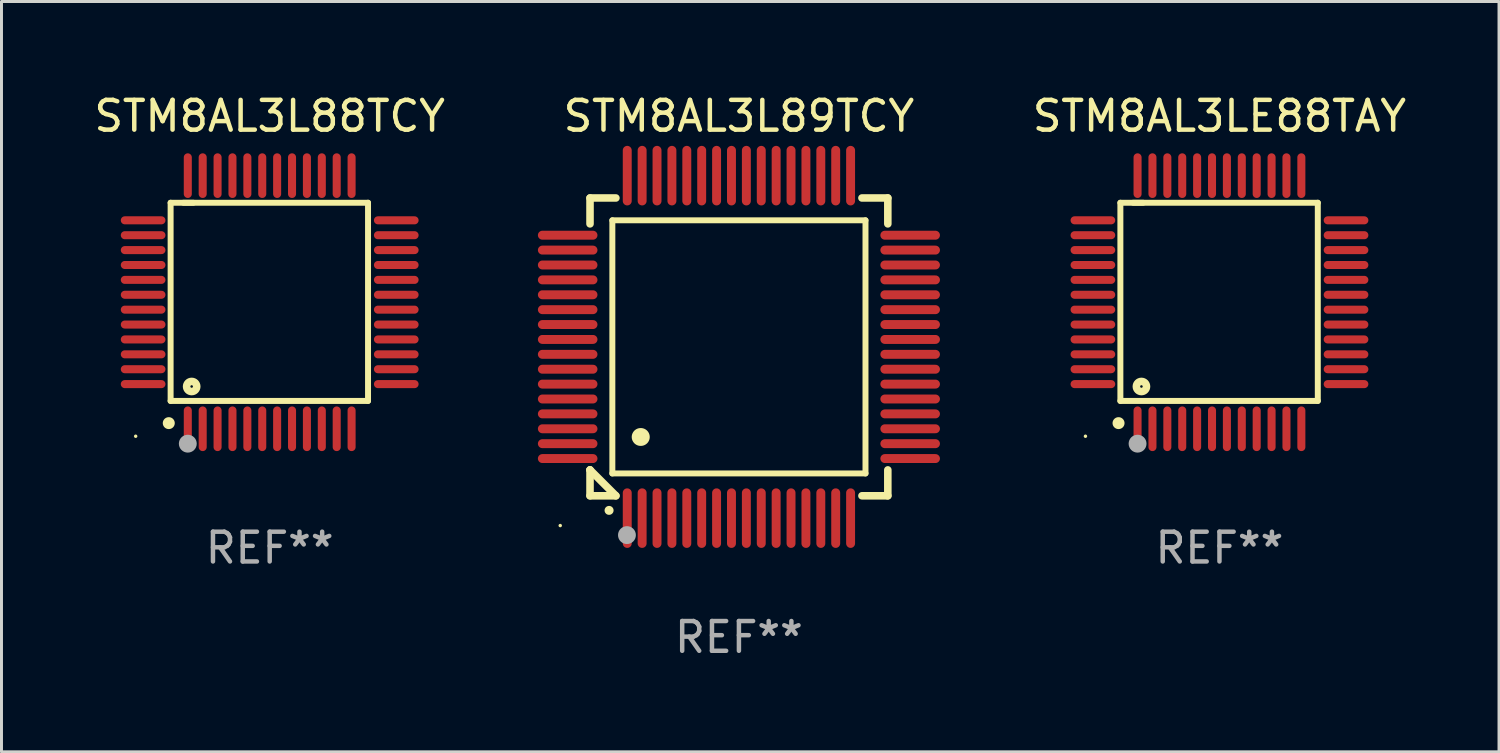
<source format=kicad_pcb>
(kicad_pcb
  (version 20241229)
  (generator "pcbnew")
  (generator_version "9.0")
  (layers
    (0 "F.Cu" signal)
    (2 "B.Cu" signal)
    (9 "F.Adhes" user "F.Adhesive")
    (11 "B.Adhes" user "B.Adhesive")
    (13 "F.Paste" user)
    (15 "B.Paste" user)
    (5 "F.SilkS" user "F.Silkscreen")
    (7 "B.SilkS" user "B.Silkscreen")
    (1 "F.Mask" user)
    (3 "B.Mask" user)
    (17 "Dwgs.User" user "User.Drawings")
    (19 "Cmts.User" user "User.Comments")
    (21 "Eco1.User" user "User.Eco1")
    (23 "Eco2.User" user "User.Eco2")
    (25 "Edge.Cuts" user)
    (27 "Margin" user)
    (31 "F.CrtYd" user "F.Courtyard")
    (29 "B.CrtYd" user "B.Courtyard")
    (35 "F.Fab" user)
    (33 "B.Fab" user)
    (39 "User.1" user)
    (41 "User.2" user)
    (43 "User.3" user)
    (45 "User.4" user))
  (footprint "STM8AL3L88TCY"
    (layer "F.Cu")
    (at 6.006 7.098)
    (property "Reference" "STM8AL3L88TCY" (at 0 -6.25 0) (layer "F.SilkS") (effects (font (size 1 1) (thickness 0.15))))
    (attr through_hole)
    (fp_line (start -3.327 -3.34) (end -2.565 -3.34) (stroke (width 0.2) (type solid)) (layer "F.SilkS"))
    (fp_line (start -3.327 3.315) (end -3.327 -3.34) (stroke (width 0.2) (type solid)) (layer "F.SilkS"))
    (fp_line (start -2.896 -3.34) (end 3.302 -3.34) (stroke (width 0.2) (type solid)) (layer "F.SilkS"))
    (fp_line (start 3.302 -3.34) (end 3.302 3.315) (stroke (width 0.2) (type solid)) (layer "F.SilkS"))
    (fp_line (start 3.302 3.315) (end -3.327 3.315) (stroke (width 0.2) (type solid)) (layer "F.SilkS"))
    (fp_arc (start -3.389992 4.059995) (mid -3.388722 4.059991) (end -3.387452 4.059995) (stroke (width 0.4) (type solid)) (layer "F.SilkS"))
    (fp_circle (center -4.5 4.5) (end -4.47 4.5) (stroke (width 0.06) (type solid)) (fill no) (layer "F.SilkS"))
    (fp_circle (center -2.62 2.83) (end -2.45 2.83) (stroke (width 0.254) (type solid)) (fill no) (layer "F.SilkS"))
    (fp_circle (center -2.75 4.75) (end -2.6 4.75) (stroke (width 0.3) (type solid)) (fill no) (layer "F.Fab"))
    (fp_text user "REF**" (at 0 8.25 0) (layer "F.Fab") (effects (font (size 1 1) (thickness 0.15))))
    (pad "1" smd oval (at -2.75 4.25) (size 0.27 1.5) (layers "F.Cu" "F.Mask" "F.Paste"))
    (pad "2" smd oval (at -2.25 4.25) (size 0.27 1.5) (layers "F.Cu" "F.Mask" "F.Paste"))
    (pad "3" smd oval (at -1.75 4.25) (size 0.27 1.5) (layers "F.Cu" "F.Mask" "F.Paste"))
    (pad "4" smd oval (at -1.25 4.25) (size 0.27 1.5) (layers "F.Cu" "F.Mask" "F.Paste"))
    (pad "5" smd oval (at -0.75 4.25) (size 0.27 1.5) (layers "F.Cu" "F.Mask" "F.Paste"))
    (pad "6" smd oval (at -0.25 4.25) (size 0.27 1.5) (layers "F.Cu" "F.Mask" "F.Paste"))
    (pad "7" smd oval (at 0.25 4.25) (size 0.27 1.5) (layers "F.Cu" "F.Mask" "F.Paste"))
    (pad "8" smd oval (at 0.75 4.25) (size 0.27 1.5) (layers "F.Cu" "F.Mask" "F.Paste"))
    (pad "9" smd oval (at 1.25 4.25) (size 0.27 1.5) (layers "F.Cu" "F.Mask" "F.Paste"))
    (pad "10" smd oval (at 1.75 4.25) (size 0.27 1.5) (layers "F.Cu" "F.Mask" "F.Paste"))
    (pad "11" smd oval (at 2.25 4.25) (size 0.27 1.5) (layers "F.Cu" "F.Mask" "F.Paste"))
    (pad "12" smd oval (at 2.75 4.25) (size 0.27 1.5) (layers "F.Cu" "F.Mask" "F.Paste"))
    (pad "13" smd oval (at 4.25 2.75) (size 1.5 0.27) (layers "F.Cu" "F.Mask" "F.Paste"))
    (pad "14" smd oval (at 4.25 2.25) (size 1.5 0.27) (layers "F.Cu" "F.Mask" "F.Paste"))
    (pad "15" smd oval (at 4.25 1.75) (size 1.5 0.27) (layers "F.Cu" "F.Mask" "F.Paste"))
    (pad "16" smd oval (at 4.25 1.25) (size 1.5 0.27) (layers "F.Cu" "F.Mask" "F.Paste"))
    (pad "17" smd oval (at 4.25 0.75) (size 1.5 0.27) (layers "F.Cu" "F.Mask" "F.Paste"))
    (pad "18" smd oval (at 4.25 0.25) (size 1.5 0.27) (layers "F.Cu" "F.Mask" "F.Paste"))
    (pad "19" smd oval (at 4.25 -0.25) (size 1.5 0.27) (layers "F.Cu" "F.Mask" "F.Paste"))
    (pad "20" smd oval (at 4.25 -0.75) (size 1.5 0.27) (layers "F.Cu" "F.Mask" "F.Paste"))
    (pad "21" smd oval (at 4.25 -1.25) (size 1.5 0.27) (layers "F.Cu" "F.Mask" "F.Paste"))
    (pad "22" smd oval (at 4.25 -1.75) (size 1.5 0.27) (layers "F.Cu" "F.Mask" "F.Paste"))
    (pad "23" smd oval (at 4.25 -2.25) (size 1.5 0.27) (layers "F.Cu" "F.Mask" "F.Paste"))
    (pad "24" smd oval (at 4.25 -2.75) (size 1.5 0.27) (layers "F.Cu" "F.Mask" "F.Paste"))
    (pad "25" smd oval (at 2.75 -4.25) (size 0.27 1.5) (layers "F.Cu" "F.Mask" "F.Paste"))
    (pad "26" smd oval (at 2.25 -4.25) (size 0.27 1.5) (layers "F.Cu" "F.Mask" "F.Paste"))
    (pad "27" smd oval (at 1.75 -4.25) (size 0.27 1.5) (layers "F.Cu" "F.Mask" "F.Paste"))
    (pad "28" smd oval (at 1.25 -4.25) (size 0.27 1.5) (layers "F.Cu" "F.Mask" "F.Paste"))
    (pad "29" smd oval (at 0.75 -4.25) (size 0.27 1.5) (layers "F.Cu" "F.Mask" "F.Paste"))
    (pad "30" smd oval (at 0.25 -4.25) (size 0.27 1.5) (layers "F.Cu" "F.Mask" "F.Paste"))
    (pad "31" smd oval (at -0.25 -4.25) (size 0.27 1.5) (layers "F.Cu" "F.Mask" "F.Paste"))
    (pad "32" smd oval (at -0.75 -4.25) (size 0.27 1.5) (layers "F.Cu" "F.Mask" "F.Paste"))
    (pad "33" smd oval (at -1.25 -4.25) (size 0.27 1.5) (layers "F.Cu" "F.Mask" "F.Paste"))
    (pad "34" smd oval (at -1.75 -4.25) (size 0.27 1.5) (layers "F.Cu" "F.Mask" "F.Paste"))
    (pad "35" smd oval (at -2.25 -4.25) (size 0.27 1.5) (layers "F.Cu" "F.Mask" "F.Paste"))
    (pad "36" smd oval (at -2.75 -4.25) (size 0.27 1.5) (layers "F.Cu" "F.Mask" "F.Paste"))
    (pad "37" smd oval (at -4.25 -2.75) (size 1.5 0.27) (layers "F.Cu" "F.Mask" "F.Paste"))
    (pad "38" smd oval (at -4.25 -2.25) (size 1.5 0.27) (layers "F.Cu" "F.Mask" "F.Paste"))
    (pad "39" smd oval (at -4.25 -1.75) (size 1.5 0.27) (layers "F.Cu" "F.Mask" "F.Paste"))
    (pad "40" smd oval (at -4.25 -1.25) (size 1.5 0.27) (layers "F.Cu" "F.Mask" "F.Paste"))
    (pad "41" smd oval (at -4.25 -0.75) (size 1.5 0.27) (layers "F.Cu" "F.Mask" "F.Paste"))
    (pad "42" smd oval (at -4.25 -0.25) (size 1.5 0.27) (layers "F.Cu" "F.Mask" "F.Paste"))
    (pad "43" smd oval (at -4.25 0.25) (size 1.5 0.27) (layers "F.Cu" "F.Mask" "F.Paste"))
    (pad "44" smd oval (at -4.25 0.75) (size 1.5 0.27) (layers "F.Cu" "F.Mask" "F.Paste"))
    (pad "45" smd oval (at -4.25 1.25) (size 1.5 0.27) (layers "F.Cu" "F.Mask" "F.Paste"))
    (pad "46" smd oval (at -4.25 1.75) (size 1.5 0.27) (layers "F.Cu" "F.Mask" "F.Paste"))
    (pad "47" smd oval (at -4.25 2.25) (size 1.5 0.27) (layers "F.Cu" "F.Mask" "F.Paste"))
    (pad "48" smd oval (at -4.25 2.75) (size 1.5 0.27) (layers "F.Cu" "F.Mask" "F.Paste")))
  (footprint "STM8AL3L89TCY"
    (layer "F.Cu")
    (at 21.762 8.598)
    (property "Reference" "STM8AL3L89TCY" (at 0 -7.75 0) (layer "F.SilkS") (effects (font (size 1 1) (thickness 0.15))))
    (attr through_hole)
    (fp_line (start -5 -5) (end -4.131 -5) (stroke (width 0.254) (type solid)) (layer "F.SilkS"))
    (fp_line (start -5 -4.131) (end -5 -5) (stroke (width 0.254) (type solid)) (layer "F.SilkS"))
    (fp_line (start -5 4.131) (end -5 4.131) (stroke (width 0.254) (type solid)) (layer "F.SilkS"))
    (fp_line (start -5 5) (end -5 4.131) (stroke (width 0.254) (type solid)) (layer "F.SilkS"))
    (fp_line (start -5 4.131) (end -4.131 5) (stroke (width 0.254) (type solid)) (layer "F.SilkS"))
    (fp_line (start -4.25 -4.25) (end -4.25 4.25) (stroke (width 0.2) (type solid)) (layer "F.SilkS"))
    (fp_line (start -4.25 4.25) (end 4.25 4.25) (stroke (width 0.2) (type solid)) (layer "F.SilkS"))
    (fp_line (start -4.131 5) (end -5 5) (stroke (width 0.254) (type solid)) (layer "F.SilkS"))
    (fp_line (start 4.25 -4.25) (end -4.25 -4.25) (stroke (width 0.2) (type solid)) (layer "F.SilkS"))
    (fp_line (start 4.25 4.25) (end 4.25 -4.25) (stroke (width 0.2) (type solid)) (layer "F.SilkS"))
    (fp_line (start 5 -5) (end 4.131 -5) (stroke (width 0.254) (type solid)) (layer "F.SilkS"))
    (fp_line (start 5 -5) (end 5 -4.131) (stroke (width 0.254) (type solid)) (layer "F.SilkS"))
    (fp_line (start 5 4.131) (end 5 5) (stroke (width 0.254) (type solid)) (layer "F.SilkS"))
    (fp_line (start 5 5) (end 4.131 5) (stroke (width 0.254) (type solid)) (layer "F.SilkS"))
    (fp_arc (start -4.361265 5.489992) (mid -4.359995 5.489987) (end -4.358725 5.489992) (stroke (width 0.3) (type solid)) (layer "F.SilkS"))
    (fp_arc (start -3.299467 3.025146) (mid -3.296927 3.025135) (end -3.294387 3.025146) (stroke (width 0.6) (type solid)) (layer "F.SilkS"))
    (fp_circle (center -6 6) (end -5.97 6) (stroke (width 0.06) (type solid)) (fill no) (layer "F.SilkS"))
    (fp_circle (center -3.76 6.32) (end -3.61 6.32) (stroke (width 0.3) (type solid)) (fill no) (layer "F.Fab"))
    (fp_text user "REF**" (at 0 9.75 0) (layer "F.Fab") (effects (font (size 1 1) (thickness 0.15))))
    (pad "1" smd oval (at -3.75 5.75) (size 0.3 2) (layers "F.Cu" "F.Mask" "F.Paste"))
    (pad "2" smd oval (at -3.25 5.75) (size 0.3 2) (layers "F.Cu" "F.Mask" "F.Paste"))
    (pad "3" smd oval (at -2.75 5.75) (size 0.3 2) (layers "F.Cu" "F.Mask" "F.Paste"))
    (pad "4" smd oval (at -2.25 5.75) (size 0.3 2) (layers "F.Cu" "F.Mask" "F.Paste"))
    (pad "5" smd oval (at -1.75 5.75) (size 0.3 2) (layers "F.Cu" "F.Mask" "F.Paste"))
    (pad "6" smd oval (at -1.25 5.75) (size 0.3 2) (layers "F.Cu" "F.Mask" "F.Paste"))
    (pad "7" smd oval (at -0.75 5.75) (size 0.3 2) (layers "F.Cu" "F.Mask" "F.Paste"))
    (pad "8" smd oval (at -0.25 5.75) (size 0.3 2) (layers "F.Cu" "F.Mask" "F.Paste"))
    (pad "9" smd oval (at 0.25 5.75) (size 0.3 2) (layers "F.Cu" "F.Mask" "F.Paste"))
    (pad "10" smd oval (at 0.75 5.75) (size 0.3 2) (layers "F.Cu" "F.Mask" "F.Paste"))
    (pad "11" smd oval (at 1.25 5.75) (size 0.3 2) (layers "F.Cu" "F.Mask" "F.Paste"))
    (pad "12" smd oval (at 1.75 5.75) (size 0.3 2) (layers "F.Cu" "F.Mask" "F.Paste"))
    (pad "13" smd oval (at 2.25 5.75) (size 0.3 2) (layers "F.Cu" "F.Mask" "F.Paste"))
    (pad "14" smd oval (at 2.75 5.75) (size 0.3 2) (layers "F.Cu" "F.Mask" "F.Paste"))
    (pad "15" smd oval (at 3.25 5.75) (size 0.3 2) (layers "F.Cu" "F.Mask" "F.Paste"))
    (pad "16" smd oval (at 3.75 5.75) (size 0.3 2) (layers "F.Cu" "F.Mask" "F.Paste"))
    (pad "17" smd oval (at 5.75 3.75) (size 2 0.3) (layers "F.Cu" "F.Mask" "F.Paste"))
    (pad "18" smd oval (at 5.75 3.25) (size 2 0.3) (layers "F.Cu" "F.Mask" "F.Paste"))
    (pad "19" smd oval (at 5.75 2.75) (size 2 0.3) (layers "F.Cu" "F.Mask" "F.Paste"))
    (pad "20" smd oval (at 5.75 2.25) (size 2 0.3) (layers "F.Cu" "F.Mask" "F.Paste"))
    (pad "21" smd oval (at 5.75 1.75) (size 2 0.3) (layers "F.Cu" "F.Mask" "F.Paste"))
    (pad "22" smd oval (at 5.75 1.25) (size 2 0.3) (layers "F.Cu" "F.Mask" "F.Paste"))
    (pad "23" smd oval (at 5.75 0.75) (size 2 0.3) (layers "F.Cu" "F.Mask" "F.Paste"))
    (pad "24" smd oval (at 5.75 0.25) (size 2 0.3) (layers "F.Cu" "F.Mask" "F.Paste"))
    (pad "25" smd oval (at 5.75 -0.25) (size 2 0.3) (layers "F.Cu" "F.Mask" "F.Paste"))
    (pad "26" smd oval (at 5.75 -0.75) (size 2 0.3) (layers "F.Cu" "F.Mask" "F.Paste"))
    (pad "27" smd oval (at 5.75 -1.25) (size 2 0.3) (layers "F.Cu" "F.Mask" "F.Paste"))
    (pad "28" smd oval (at 5.75 -1.75) (size 2 0.3) (layers "F.Cu" "F.Mask" "F.Paste"))
    (pad "29" smd oval (at 5.75 -2.25) (size 2 0.3) (layers "F.Cu" "F.Mask" "F.Paste"))
    (pad "30" smd oval (at 5.75 -2.75) (size 2 0.3) (layers "F.Cu" "F.Mask" "F.Paste"))
    (pad "31" smd oval (at 5.75 -3.25) (size 2 0.3) (layers "F.Cu" "F.Mask" "F.Paste"))
    (pad "32" smd oval (at 5.75 -3.75) (size 2 0.3) (layers "F.Cu" "F.Mask" "F.Paste"))
    (pad "33" smd oval (at 3.75 -5.75) (size 0.3 2) (layers "F.Cu" "F.Mask" "F.Paste"))
    (pad "34" smd oval (at 3.25 -5.75) (size 0.3 2) (layers "F.Cu" "F.Mask" "F.Paste"))
    (pad "35" smd oval (at 2.75 -5.75) (size 0.3 2) (layers "F.Cu" "F.Mask" "F.Paste"))
    (pad "36" smd oval (at 2.25 -5.75) (size 0.3 2) (layers "F.Cu" "F.Mask" "F.Paste"))
    (pad "37" smd oval (at 1.75 -5.75) (size 0.3 2) (layers "F.Cu" "F.Mask" "F.Paste"))
    (pad "38" smd oval (at 1.25 -5.75) (size 0.3 2) (layers "F.Cu" "F.Mask" "F.Paste"))
    (pad "39" smd oval (at 0.75 -5.75) (size 0.3 2) (layers "F.Cu" "F.Mask" "F.Paste"))
    (pad "40" smd oval (at 0.25 -5.75) (size 0.3 2) (layers "F.Cu" "F.Mask" "F.Paste"))
    (pad "41" smd oval (at -0.25 -5.75) (size 0.3 2) (layers "F.Cu" "F.Mask" "F.Paste"))
    (pad "42" smd oval (at -0.75 -5.75) (size 0.3 2) (layers "F.Cu" "F.Mask" "F.Paste"))
    (pad "43" smd oval (at -1.25 -5.75) (size 0.3 2) (layers "F.Cu" "F.Mask" "F.Paste"))
    (pad "44" smd oval (at -1.75 -5.75) (size 0.3 2) (layers "F.Cu" "F.Mask" "F.Paste"))
    (pad "45" smd oval (at -2.25 -5.75) (size 0.3 2) (layers "F.Cu" "F.Mask" "F.Paste"))
    (pad "46" smd oval (at -2.75 -5.75) (size 0.3 2) (layers "F.Cu" "F.Mask" "F.Paste"))
    (pad "47" smd oval (at -3.25 -5.75) (size 0.3 2) (layers "F.Cu" "F.Mask" "F.Paste"))
    (pad "48" smd oval (at -3.75 -5.75) (size 0.3 2) (layers "F.Cu" "F.Mask" "F.Paste"))
    (pad "49" smd oval (at -5.75 -3.75) (size 2 0.3) (layers "F.Cu" "F.Mask" "F.Paste"))
    (pad "50" smd oval (at -5.75 -3.25) (size 2 0.3) (layers "F.Cu" "F.Mask" "F.Paste"))
    (pad "51" smd oval (at -5.75 -2.75) (size 2 0.3) (layers "F.Cu" "F.Mask" "F.Paste"))
    (pad "52" smd oval (at -5.75 -2.25) (size 2 0.3) (layers "F.Cu" "F.Mask" "F.Paste"))
    (pad "53" smd oval (at -5.75 -1.75) (size 2 0.3) (layers "F.Cu" "F.Mask" "F.Paste"))
    (pad "54" smd oval (at -5.75 -1.25) (size 2 0.3) (layers "F.Cu" "F.Mask" "F.Paste"))
    (pad "55" smd oval (at -5.75 -0.75) (size 2 0.3) (layers "F.Cu" "F.Mask" "F.Paste"))
    (pad "56" smd oval (at -5.75 -0.25) (size 2 0.3) (layers "F.Cu" "F.Mask" "F.Paste"))
    (pad "57" smd oval (at -5.75 0.25) (size 2 0.3) (layers "F.Cu" "F.Mask" "F.Paste"))
    (pad "58" smd oval (at -5.75 0.75) (size 2 0.3) (layers "F.Cu" "F.Mask" "F.Paste"))
    (pad "59" smd oval (at -5.75 1.25) (size 2 0.3) (layers "F.Cu" "F.Mask" "F.Paste"))
    (pad "60" smd oval (at -5.75 1.75) (size 2 0.3) (layers "F.Cu" "F.Mask" "F.Paste"))
    (pad "61" smd oval (at -5.75 2.25) (size 2 0.3) (layers "F.Cu" "F.Mask" "F.Paste"))
    (pad "62" smd oval (at -5.75 2.75) (size 2 0.3) (layers "F.Cu" "F.Mask" "F.Paste"))
    (pad "63" smd oval (at -5.75 3.25) (size 2 0.3) (layers "F.Cu" "F.Mask" "F.Paste"))
    (pad "64" smd oval (at -5.75 3.75) (size 2 0.3) (layers "F.Cu" "F.Mask" "F.Paste")))
  (footprint "STM8AL3LE88TAY"
    (layer "F.Cu")
    (at 37.898 7.098)
    (property "Reference" "STM8AL3LE88TAY" (at 0 -6.25 0) (layer "F.SilkS") (effects (font (size 1 1) (thickness 0.15))))
    (attr through_hole)
    (fp_line (start -3.327 -3.34) (end -2.565 -3.34) (stroke (width 0.2) (type solid)) (layer "F.SilkS"))
    (fp_line (start -3.327 3.315) (end -3.327 -3.34) (stroke (width 0.2) (type solid)) (layer "F.SilkS"))
    (fp_line (start -2.896 -3.34) (end 3.302 -3.34) (stroke (width 0.2) (type solid)) (layer "F.SilkS"))
    (fp_line (start 3.302 -3.34) (end 3.302 3.315) (stroke (width 0.2) (type solid)) (layer "F.SilkS"))
    (fp_line (start 3.302 3.315) (end -3.327 3.315) (stroke (width 0.2) (type solid)) (layer "F.SilkS"))
    (fp_arc (start -3.389992 4.059995) (mid -3.388722 4.059991) (end -3.387452 4.059995) (stroke (width 0.4) (type solid)) (layer "F.SilkS"))
    (fp_circle (center -4.5 4.5) (end -4.47 4.5) (stroke (width 0.06) (type solid)) (fill no) (layer "F.SilkS"))
    (fp_circle (center -2.62 2.83) (end -2.45 2.83) (stroke (width 0.254) (type solid)) (fill no) (layer "F.SilkS"))
    (fp_circle (center -2.75 4.75) (end -2.6 4.75) (stroke (width 0.3) (type solid)) (fill no) (layer "F.Fab"))
    (fp_text user "REF**" (at 0 8.25 0) (layer "F.Fab") (effects (font (size 1 1) (thickness 0.15))))
    (pad "1" smd oval (at -2.75 4.25) (size 0.27 1.5) (layers "F.Cu" "F.Mask" "F.Paste"))
    (pad "2" smd oval (at -2.25 4.25) (size 0.27 1.5) (layers "F.Cu" "F.Mask" "F.Paste"))
    (pad "3" smd oval (at -1.75 4.25) (size 0.27 1.5) (layers "F.Cu" "F.Mask" "F.Paste"))
    (pad "4" smd oval (at -1.25 4.25) (size 0.27 1.5) (layers "F.Cu" "F.Mask" "F.Paste"))
    (pad "5" smd oval (at -0.75 4.25) (size 0.27 1.5) (layers "F.Cu" "F.Mask" "F.Paste"))
    (pad "6" smd oval (at -0.25 4.25) (size 0.27 1.5) (layers "F.Cu" "F.Mask" "F.Paste"))
    (pad "7" smd oval (at 0.25 4.25) (size 0.27 1.5) (layers "F.Cu" "F.Mask" "F.Paste"))
    (pad "8" smd oval (at 0.75 4.25) (size 0.27 1.5) (layers "F.Cu" "F.Mask" "F.Paste"))
    (pad "9" smd oval (at 1.25 4.25) (size 0.27 1.5) (layers "F.Cu" "F.Mask" "F.Paste"))
    (pad "10" smd oval (at 1.75 4.25) (size 0.27 1.5) (layers "F.Cu" "F.Mask" "F.Paste"))
    (pad "11" smd oval (at 2.25 4.25) (size 0.27 1.5) (layers "F.Cu" "F.Mask" "F.Paste"))
    (pad "12" smd oval (at 2.75 4.25) (size 0.27 1.5) (layers "F.Cu" "F.Mask" "F.Paste"))
    (pad "13" smd oval (at 4.25 2.75) (size 1.5 0.27) (layers "F.Cu" "F.Mask" "F.Paste"))
    (pad "14" smd oval (at 4.25 2.25) (size 1.5 0.27) (layers "F.Cu" "F.Mask" "F.Paste"))
    (pad "15" smd oval (at 4.25 1.75) (size 1.5 0.27) (layers "F.Cu" "F.Mask" "F.Paste"))
    (pad "16" smd oval (at 4.25 1.25) (size 1.5 0.27) (layers "F.Cu" "F.Mask" "F.Paste"))
    (pad "17" smd oval (at 4.25 0.75) (size 1.5 0.27) (layers "F.Cu" "F.Mask" "F.Paste"))
    (pad "18" smd oval (at 4.25 0.25) (size 1.5 0.27) (layers "F.Cu" "F.Mask" "F.Paste"))
    (pad "19" smd oval (at 4.25 -0.25) (size 1.5 0.27) (layers "F.Cu" "F.Mask" "F.Paste"))
    (pad "20" smd oval (at 4.25 -0.75) (size 1.5 0.27) (layers "F.Cu" "F.Mask" "F.Paste"))
    (pad "21" smd oval (at 4.25 -1.25) (size 1.5 0.27) (layers "F.Cu" "F.Mask" "F.Paste"))
    (pad "22" smd oval (at 4.25 -1.75) (size 1.5 0.27) (layers "F.Cu" "F.Mask" "F.Paste"))
    (pad "23" smd oval (at 4.25 -2.25) (size 1.5 0.27) (layers "F.Cu" "F.Mask" "F.Paste"))
    (pad "24" smd oval (at 4.25 -2.75) (size 1.5 0.27) (layers "F.Cu" "F.Mask" "F.Paste"))
    (pad "25" smd oval (at 2.75 -4.25) (size 0.27 1.5) (layers "F.Cu" "F.Mask" "F.Paste"))
    (pad "26" smd oval (at 2.25 -4.25) (size 0.27 1.5) (layers "F.Cu" "F.Mask" "F.Paste"))
    (pad "27" smd oval (at 1.75 -4.25) (size 0.27 1.5) (layers "F.Cu" "F.Mask" "F.Paste"))
    (pad "28" smd oval (at 1.25 -4.25) (size 0.27 1.5) (layers "F.Cu" "F.Mask" "F.Paste"))
    (pad "29" smd oval (at 0.75 -4.25) (size 0.27 1.5) (layers "F.Cu" "F.Mask" "F.Paste"))
    (pad "30" smd oval (at 0.25 -4.25) (size 0.27 1.5) (layers "F.Cu" "F.Mask" "F.Paste"))
    (pad "31" smd oval (at -0.25 -4.25) (size 0.27 1.5) (layers "F.Cu" "F.Mask" "F.Paste"))
    (pad "32" smd oval (at -0.75 -4.25) (size 0.27 1.5) (layers "F.Cu" "F.Mask" "F.Paste"))
    (pad "33" smd oval (at -1.25 -4.25) (size 0.27 1.5) (layers "F.Cu" "F.Mask" "F.Paste"))
    (pad "34" smd oval (at -1.75 -4.25) (size 0.27 1.5) (layers "F.Cu" "F.Mask" "F.Paste"))
    (pad "35" smd oval (at -2.25 -4.25) (size 0.27 1.5) (layers "F.Cu" "F.Mask" "F.Paste"))
    (pad "36" smd oval (at -2.75 -4.25) (size 0.27 1.5) (layers "F.Cu" "F.Mask" "F.Paste"))
    (pad "37" smd oval (at -4.25 -2.75) (size 1.5 0.27) (layers "F.Cu" "F.Mask" "F.Paste"))
    (pad "38" smd oval (at -4.25 -2.25) (size 1.5 0.27) (layers "F.Cu" "F.Mask" "F.Paste"))
    (pad "39" smd oval (at -4.25 -1.75) (size 1.5 0.27) (layers "F.Cu" "F.Mask" "F.Paste"))
    (pad "40" smd oval (at -4.25 -1.25) (size 1.5 0.27) (layers "F.Cu" "F.Mask" "F.Paste"))
    (pad "41" smd oval (at -4.25 -0.75) (size 1.5 0.27) (layers "F.Cu" "F.Mask" "F.Paste"))
    (pad "42" smd oval (at -4.25 -0.25) (size 1.5 0.27) (layers "F.Cu" "F.Mask" "F.Paste"))
    (pad "43" smd oval (at -4.25 0.25) (size 1.5 0.27) (layers "F.Cu" "F.Mask" "F.Paste"))
    (pad "44" smd oval (at -4.25 0.75) (size 1.5 0.27) (layers "F.Cu" "F.Mask" "F.Paste"))
    (pad "45" smd oval (at -4.25 1.25) (size 1.5 0.27) (layers "F.Cu" "F.Mask" "F.Paste"))
    (pad "46" smd oval (at -4.25 1.75) (size 1.5 0.27) (layers "F.Cu" "F.Mask" "F.Paste"))
    (pad "47" smd oval (at -4.25 2.25) (size 1.5 0.27) (layers "F.Cu" "F.Mask" "F.Paste"))
    (pad "48" smd oval (at -4.25 2.75) (size 1.5 0.27) (layers "F.Cu" "F.Mask" "F.Paste")))
  (gr_rect
    (start -3 -3)
    (end 47.285 22.196)
    (stroke (width 0.1) (type default))
    (fill no)
    (layer "Edge.Cuts")))
</source>
